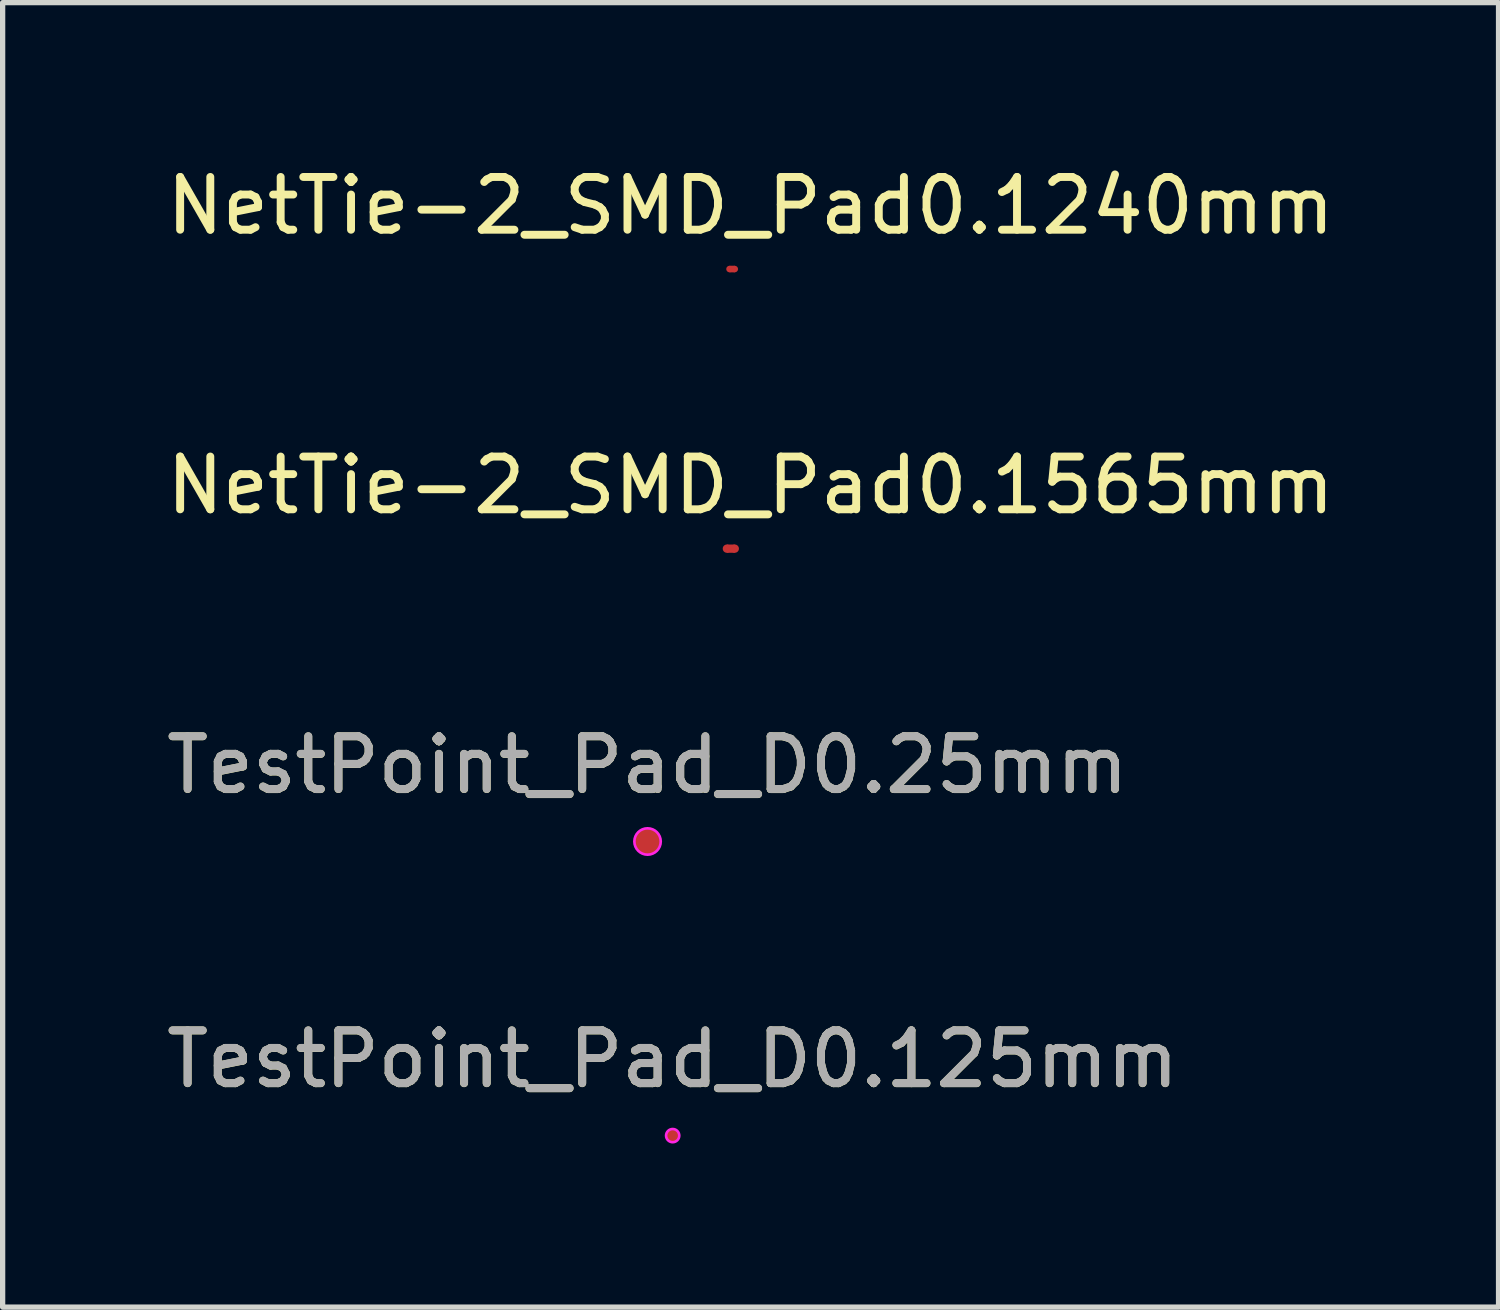
<source format=kicad_pcb>
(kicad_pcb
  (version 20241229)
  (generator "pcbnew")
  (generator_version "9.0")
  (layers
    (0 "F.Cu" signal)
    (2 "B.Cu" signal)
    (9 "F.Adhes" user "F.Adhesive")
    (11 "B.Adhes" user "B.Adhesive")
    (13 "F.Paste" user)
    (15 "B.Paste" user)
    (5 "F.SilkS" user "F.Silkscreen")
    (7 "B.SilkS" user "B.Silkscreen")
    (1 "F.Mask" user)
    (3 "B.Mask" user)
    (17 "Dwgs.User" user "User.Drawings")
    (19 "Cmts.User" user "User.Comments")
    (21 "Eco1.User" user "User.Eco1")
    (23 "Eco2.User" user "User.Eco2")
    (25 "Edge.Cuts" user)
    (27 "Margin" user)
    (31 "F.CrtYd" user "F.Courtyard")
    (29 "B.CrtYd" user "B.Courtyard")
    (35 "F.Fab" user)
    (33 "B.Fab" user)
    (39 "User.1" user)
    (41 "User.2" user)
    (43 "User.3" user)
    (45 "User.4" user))
  (footprint "NetTie-2_SMD_Pad0.1565mm"
    (layer "F.Cu")
    (at 11.173 7.346)
    (property "Reference" "NetTie-2_SMD_Pad0.1565mm" (at 0 -1.2 0) (layer "F.SilkS") (effects (font (size 1 1) (thickness 0.15))))
    (attr exclude_from_pos_files exclude_from_bom allow_missing_courtyard)
    (fp_rect (start -0.45 -0.078) (end -0.3 0.078) (stroke (width 0.001) (type solid)) (fill yes) (layer "F.Cu"))
    (pad "1" smd circle (at -0.45 0) (size 0.157 0.157) (layers "F.Cu"))
    (pad "2" smd circle (at -0.3 0) (size 0.157 0.157) (layers "F.Cu")))
  (footprint "TestPoint_Pad_D0.25mm"
    (layer "F.Cu")
    (at 9.22 12.895)
    (property "Reference" "TestPoint_Pad_D0.25mm" (at 0 -1.448 0) (layer "F.SilkS") (effects (font (size 1 1) (thickness 0.15))))
    (attr exclude_from_pos_files exclude_from_bom)
    (fp_circle (center 0 0) (end 0.25 0) (stroke (width 0.05) (type solid)) (fill no) (layer "F.CrtYd"))
    (fp_text user "${REFERENCE}" (at 0 -1.45 0) (layer "F.Fab") (effects (font (size 1 1) (thickness 0.15))))
    (pad "1" smd circle (at 0 0) (size 0.5 0.5) (layers "F.Cu" "F.Mask")))
  (footprint "NetTie-2_SMD_Pad0.1240mm"
    (layer "F.Cu")
    (at 11.173 2.048)
    (property "Reference" "NetTie-2_SMD_Pad0.1240mm" (at 0 -1.2 0) (layer "F.SilkS") (effects (font (size 1 1) (thickness 0.15))))
    (attr exclude_from_pos_files exclude_from_bom allow_missing_courtyard)
    (fp_rect (start -0.4 -0.062) (end -0.3 0.062) (stroke (width 0.001) (type solid)) (fill yes) (layer "F.Cu"))
    (pad "1" smd circle (at -0.4 0) (size 0.124 0.124) (layers "F.Cu"))
    (pad "2" smd circle (at -0.3 0) (size 0.124 0.124) (layers "F.Cu")))
  (footprint "TestPoint_Pad_D0.125mm"
    (layer "F.Cu")
    (at 9.696 18.468)
    (property "Reference" "TestPoint_Pad_D0.125mm" (at 0 -1.448 0) (layer "F.SilkS") (effects (font (size 1 1) (thickness 0.15))))
    (attr exclude_from_pos_files exclude_from_bom)
    (fp_circle (center 0 0) (end 0.125 0) (stroke (width 0.05) (type solid)) (fill no) (layer "F.CrtYd"))
    (fp_text user "${REFERENCE}" (at 0 -1.45 0) (layer "F.Fab") (effects (font (size 1 1) (thickness 0.15))))
    (pad "1" smd circle (at 0 0) (size 0.25 0.25) (layers "F.Cu" "F.Mask")))
  (gr_rect
    (start -3 -3)
    (end 25.345 21.718)
    (stroke (width 0.1) (type default))
    (fill no)
    (layer "Edge.Cuts")))
</source>
